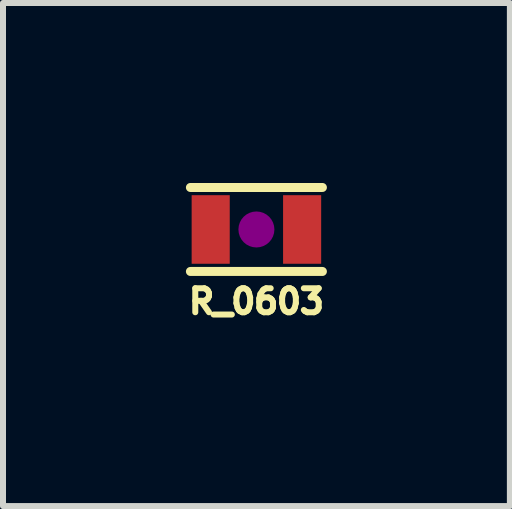
<source format=kicad_pcb>
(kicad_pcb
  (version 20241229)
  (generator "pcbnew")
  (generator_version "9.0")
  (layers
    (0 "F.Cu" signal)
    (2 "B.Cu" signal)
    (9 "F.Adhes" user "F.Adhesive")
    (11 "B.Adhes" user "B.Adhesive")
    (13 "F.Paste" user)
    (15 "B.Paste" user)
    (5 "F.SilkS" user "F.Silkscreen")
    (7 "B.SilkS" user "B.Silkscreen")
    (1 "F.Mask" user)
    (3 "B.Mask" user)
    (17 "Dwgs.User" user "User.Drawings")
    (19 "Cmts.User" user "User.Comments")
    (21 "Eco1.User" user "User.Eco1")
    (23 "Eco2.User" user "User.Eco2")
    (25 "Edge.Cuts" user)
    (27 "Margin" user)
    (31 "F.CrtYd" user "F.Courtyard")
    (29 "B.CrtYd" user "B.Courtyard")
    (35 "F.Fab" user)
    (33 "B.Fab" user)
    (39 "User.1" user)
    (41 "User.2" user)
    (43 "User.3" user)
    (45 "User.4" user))
  (footprint "R_0603"
    (layer "F.Cu")
    (at 1.224 0.775)
    (property "Reference" "R_0603" (at 0 1.2 180) (layer "F.SilkS") (effects (font (size 0.4 0.4) (thickness 0.1))))
    (attr smd)
    (fp_line (start -1.1 -0.7) (end 1.1 -0.7) (stroke (width 0.15) (type solid)) (layer "F.SilkS"))
    (fp_line (start -1.1 0.7) (end 1.1 0.7) (stroke (width 0.15) (type solid)) (layer "F.SilkS"))
    (fp_circle (center 0 0) (end 0.15 0) (stroke (width 0.3) (type solid)) (fill no) (layer "F.Adhes"))
    (pad "1" smd rect (at -0.762 0) (size 0.635 1.143) (layers "F.Cu" "F.Mask" "F.Paste"))
    (pad "2" smd rect (at 0.762 0) (size 0.635 1.143) (layers "F.Cu" "F.Mask" "F.Paste")))
  (gr_rect
    (start -3 -3)
    (end 5.449 5.385)
    (stroke (width 0.1) (type default))
    (fill no)
    (layer "Edge.Cuts")))
</source>
